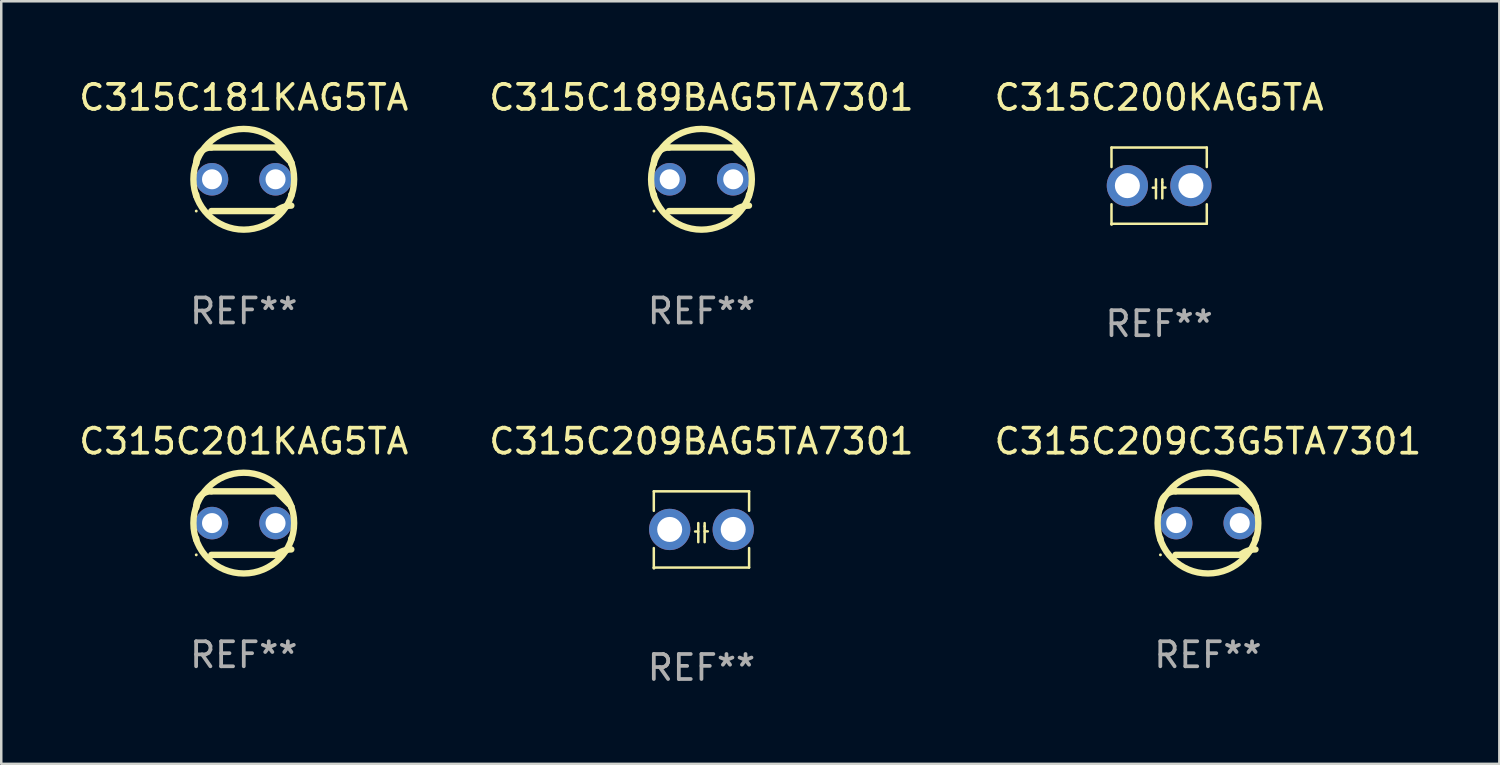
<source format=kicad_pcb>
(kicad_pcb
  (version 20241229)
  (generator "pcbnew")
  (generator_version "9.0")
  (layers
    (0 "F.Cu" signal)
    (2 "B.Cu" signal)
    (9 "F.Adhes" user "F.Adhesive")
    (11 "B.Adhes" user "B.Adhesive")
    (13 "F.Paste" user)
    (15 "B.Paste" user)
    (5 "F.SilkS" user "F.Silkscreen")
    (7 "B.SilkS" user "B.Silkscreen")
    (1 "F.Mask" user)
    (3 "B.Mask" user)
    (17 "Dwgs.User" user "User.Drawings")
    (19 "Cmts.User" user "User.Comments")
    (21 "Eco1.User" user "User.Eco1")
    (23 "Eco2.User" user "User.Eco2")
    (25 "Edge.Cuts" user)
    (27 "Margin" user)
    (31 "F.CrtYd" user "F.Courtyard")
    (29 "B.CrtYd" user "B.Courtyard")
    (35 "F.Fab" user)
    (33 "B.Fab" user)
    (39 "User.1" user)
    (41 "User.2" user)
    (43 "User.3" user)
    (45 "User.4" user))
  (footprint "C315C181KAG5TA"
    (layer "F.Cu")
    (at 6.696 4.118)
    (property "Reference" "C315C181KAG5TA" (at 0 -3.27 0) (layer "F.SilkS") (effects (font (size 1 1) (thickness 0.15))))
    (attr through_hole)
    (fp_line (start -1.9 -0.615) (end -1.9 -0.668) (stroke (width 0.254) (type solid)) (layer "F.SilkS"))
    (fp_line (start -1.9 0.668) (end -1.9 0.615) (stroke (width 0.254) (type solid)) (layer "F.SilkS"))
    (fp_line (start -1.298 1.27) (end 1.298 1.27) (stroke (width 0.254) (type solid)) (layer "F.SilkS"))
    (fp_line (start -1.298 -1.27) (end 1.298 -1.27) (stroke (width 0.254) (type solid)) (layer "F.SilkS"))
    (fp_line (start 1.9 -0.668) (end 1.9 -0.615) (stroke (width 0.254) (type solid)) (layer "F.SilkS"))
    (fp_line (start 1.9 0.615) (end 1.9 0.668) (stroke (width 0.254) (type solid)) (layer "F.SilkS"))
    (fp_arc (start -1.900025 0.667602) (mid 1.900003 -0.66758) (end -1.900025 0.667602) (stroke (width 0.254001) (type solid)) (layer "F.SilkS"))
    (fp_arc (start -1.9 -0.667602) (mid -1.723557 -1.093572) (end -1.297587 -1.270015) (stroke (width 0.254001) (type solid)) (layer "F.SilkS"))
    (fp_arc (start 1.297587 1.26999) (mid 1.579878 1.109027) (end 1.9 1.053172) (stroke (width 0.254001) (type solid)) (layer "F.SilkS"))
    (fp_arc (start 1.297611 -1.270042) (mid 1.598991 -0.969008) (end 1.900025 -0.667628) (stroke (width 0.254001) (type solid)) (layer "F.SilkS"))
    (fp_circle (center -1.9 1.27) (end -1.87 1.27) (stroke (width 0.06) (type solid)) (fill no) (layer "F.SilkS"))
    (fp_text user "REF**" (at 0 5.27 0) (layer "F.Fab") (effects (font (size 1 1) (thickness 0.15))))
    (pad "1" thru_hole circle (at -1.27 -0.000013) (size 1.3 1.3) (drill 0.8) (layers "*.Cu" "*.Mask"))
    (pad "2" thru_hole circle (at 1.27 -0.000013) (size 1.3 1.3) (drill 0.8) (layers "*.Cu" "*.Mask")))
  (footprint "C315C189BAG5TA7301"
    (layer "F.Cu")
    (at 24.994 4.118)
    (property "Reference" "C315C189BAG5TA7301" (at 0 -3.27 0) (layer "F.SilkS") (effects (font (size 1 1) (thickness 0.15))))
    (attr through_hole)
    (fp_line (start -1.9 -0.615) (end -1.9 -0.668) (stroke (width 0.254) (type solid)) (layer "F.SilkS"))
    (fp_line (start -1.9 0.668) (end -1.9 0.615) (stroke (width 0.254) (type solid)) (layer "F.SilkS"))
    (fp_line (start -1.298 1.27) (end 1.298 1.27) (stroke (width 0.254) (type solid)) (layer "F.SilkS"))
    (fp_line (start -1.298 -1.27) (end 1.298 -1.27) (stroke (width 0.254) (type solid)) (layer "F.SilkS"))
    (fp_line (start 1.9 -0.668) (end 1.9 -0.615) (stroke (width 0.254) (type solid)) (layer "F.SilkS"))
    (fp_line (start 1.9 0.615) (end 1.9 0.668) (stroke (width 0.254) (type solid)) (layer "F.SilkS"))
    (fp_arc (start -1.900025 0.667602) (mid 1.900003 -0.66758) (end -1.900025 0.667602) (stroke (width 0.254001) (type solid)) (layer "F.SilkS"))
    (fp_arc (start -1.9 -0.667602) (mid -1.723557 -1.093572) (end -1.297587 -1.270015) (stroke (width 0.254001) (type solid)) (layer "F.SilkS"))
    (fp_arc (start 1.297587 1.26999) (mid 1.579878 1.109027) (end 1.9 1.053172) (stroke (width 0.254001) (type solid)) (layer "F.SilkS"))
    (fp_arc (start 1.297611 -1.270042) (mid 1.598991 -0.969008) (end 1.900025 -0.667628) (stroke (width 0.254001) (type solid)) (layer "F.SilkS"))
    (fp_circle (center -1.9 1.27) (end -1.87 1.27) (stroke (width 0.06) (type solid)) (fill no) (layer "F.SilkS"))
    (fp_text user "REF**" (at 0 5.27 0) (layer "F.Fab") (effects (font (size 1 1) (thickness 0.15))))
    (pad "1" thru_hole circle (at -1.27 -0.000013) (size 1.3 1.3) (drill 0.8) (layers "*.Cu" "*.Mask"))
    (pad "2" thru_hole circle (at 1.27 -0.000013) (size 1.3 1.3) (drill 0.8) (layers "*.Cu" "*.Mask")))
  (footprint "C315C209C3G5TA7301"
    (layer "F.Cu")
    (at 45.244 17.863)
    (property "Reference" "C315C209C3G5TA7301" (at 0 -3.27 0) (layer "F.SilkS") (effects (font (size 1 1) (thickness 0.15))))
    (attr through_hole)
    (fp_line (start -1.9 -0.615) (end -1.9 -0.668) (stroke (width 0.254) (type solid)) (layer "F.SilkS"))
    (fp_line (start -1.9 0.668) (end -1.9 0.615) (stroke (width 0.254) (type solid)) (layer "F.SilkS"))
    (fp_line (start -1.298 1.27) (end 1.298 1.27) (stroke (width 0.254) (type solid)) (layer "F.SilkS"))
    (fp_line (start -1.298 -1.27) (end 1.298 -1.27) (stroke (width 0.254) (type solid)) (layer "F.SilkS"))
    (fp_line (start 1.9 -0.668) (end 1.9 -0.615) (stroke (width 0.254) (type solid)) (layer "F.SilkS"))
    (fp_line (start 1.9 0.615) (end 1.9 0.668) (stroke (width 0.254) (type solid)) (layer "F.SilkS"))
    (fp_arc (start -1.900025 0.667602) (mid 1.900003 -0.66758) (end -1.900025 0.667602) (stroke (width 0.254001) (type solid)) (layer "F.SilkS"))
    (fp_arc (start -1.9 -0.667602) (mid -1.723557 -1.093572) (end -1.297587 -1.270015) (stroke (width 0.254001) (type solid)) (layer "F.SilkS"))
    (fp_arc (start 1.297587 1.26999) (mid 1.579878 1.109027) (end 1.9 1.053172) (stroke (width 0.254001) (type solid)) (layer "F.SilkS"))
    (fp_arc (start 1.297611 -1.270042) (mid 1.598991 -0.969008) (end 1.900025 -0.667628) (stroke (width 0.254001) (type solid)) (layer "F.SilkS"))
    (fp_circle (center -1.9 1.27) (end -1.87 1.27) (stroke (width 0.06) (type solid)) (fill no) (layer "F.SilkS"))
    (fp_text user "REF**" (at 0 5.27 0) (layer "F.Fab") (effects (font (size 1 1) (thickness 0.15))))
    (pad "1" thru_hole circle (at -1.27 -0.000013) (size 1.3 1.3) (drill 0.8) (layers "*.Cu" "*.Mask"))
    (pad "2" thru_hole circle (at 1.27 -0.000013) (size 1.3 1.3) (drill 0.8) (layers "*.Cu" "*.Mask")))
  (footprint "C315C201KAG5TA"
    (layer "F.Cu")
    (at 6.696 17.863)
    (property "Reference" "C315C201KAG5TA" (at 0 -3.27 0) (layer "F.SilkS") (effects (font (size 1 1) (thickness 0.15))))
    (attr through_hole)
    (fp_line (start -1.9 -0.615) (end -1.9 -0.668) (stroke (width 0.254) (type solid)) (layer "F.SilkS"))
    (fp_line (start -1.9 0.668) (end -1.9 0.615) (stroke (width 0.254) (type solid)) (layer "F.SilkS"))
    (fp_line (start -1.298 1.27) (end 1.298 1.27) (stroke (width 0.254) (type solid)) (layer "F.SilkS"))
    (fp_line (start -1.298 -1.27) (end 1.298 -1.27) (stroke (width 0.254) (type solid)) (layer "F.SilkS"))
    (fp_line (start 1.9 -0.668) (end 1.9 -0.615) (stroke (width 0.254) (type solid)) (layer "F.SilkS"))
    (fp_line (start 1.9 0.615) (end 1.9 0.668) (stroke (width 0.254) (type solid)) (layer "F.SilkS"))
    (fp_arc (start -1.900025 0.667602) (mid 1.900003 -0.66758) (end -1.900025 0.667602) (stroke (width 0.254001) (type solid)) (layer "F.SilkS"))
    (fp_arc (start -1.9 -0.667602) (mid -1.723557 -1.093572) (end -1.297587 -1.270015) (stroke (width 0.254001) (type solid)) (layer "F.SilkS"))
    (fp_arc (start 1.297587 1.26999) (mid 1.579878 1.109027) (end 1.9 1.053172) (stroke (width 0.254001) (type solid)) (layer "F.SilkS"))
    (fp_arc (start 1.297611 -1.270042) (mid 1.598991 -0.969008) (end 1.900025 -0.667628) (stroke (width 0.254001) (type solid)) (layer "F.SilkS"))
    (fp_circle (center -1.9 1.27) (end -1.87 1.27) (stroke (width 0.06) (type solid)) (fill no) (layer "F.SilkS"))
    (fp_text user "REF**" (at 0 5.27 0) (layer "F.Fab") (effects (font (size 1 1) (thickness 0.15))))
    (pad "1" thru_hole circle (at -1.27 -0.000013) (size 1.3 1.3) (drill 0.8) (layers "*.Cu" "*.Mask"))
    (pad "2" thru_hole circle (at 1.27 -0.000013) (size 1.3 1.3) (drill 0.8) (layers "*.Cu" "*.Mask")))
  (footprint "C315C200KAG5TA"
    (layer "F.Cu")
    (at 43.292 4.372)
    (property "Reference" "C315C200KAG5TA" (at 0 -3.524 0) (layer "F.SilkS") (effects (font (size 1 1) (thickness 0.15))))
    (attr through_hole)
    (fp_line (start -1.905 -1.524) (end -1.905 -0.745) (stroke (width 0.1) (type solid)) (layer "F.SilkS"))
    (fp_line (start -1.905 0.745) (end -1.905 1.524) (stroke (width 0.1) (type solid)) (layer "F.SilkS"))
    (fp_line (start -1.905 1.524) (end 1.905 1.524) (stroke (width 0.1) (type solid)) (layer "F.SilkS"))
    (fp_line (start -0.127 -0.254) (end -0.127 0.508) (stroke (width 0.1) (type solid)) (layer "F.SilkS"))
    (fp_line (start -0.127 0.082) (end -0.254 0.082) (stroke (width 0.1) (type solid)) (layer "F.SilkS"))
    (fp_line (start 0.127 -0.127) (end 0.127 -0.254) (stroke (width 0.1) (type solid)) (layer "F.SilkS"))
    (fp_line (start 0.127 -0.127) (end 0.127 0.508) (stroke (width 0.1) (type solid)) (layer "F.SilkS"))
    (fp_line (start 0.127 0.077) (end 0.254 0.077) (stroke (width 0.1) (type solid)) (layer "F.SilkS"))
    (fp_line (start 1.905 -1.524) (end -1.905 -1.524) (stroke (width 0.1) (type solid)) (layer "F.SilkS"))
    (fp_line (start 1.905 -0.745) (end 1.905 -1.524) (stroke (width 0.1) (type solid)) (layer "F.SilkS"))
    (fp_line (start 1.905 1.524) (end 1.905 0.745) (stroke (width 0.1) (type solid)) (layer "F.SilkS"))
    (fp_circle (center -1.9 1.55) (end -1.87 1.55) (stroke (width 0.06) (type solid)) (fill no) (layer "F.SilkS"))
    (fp_text user "REF**" (at 0 5.524 0) (layer "F.Fab") (effects (font (size 1 1) (thickness 0.15))))
    (pad "1" thru_hole circle (at -1.27 0) (size 1.65 1.65) (drill 1) (layers "*.Cu" "*.Mask"))
    (pad "2" thru_hole circle (at 1.27 0) (size 1.65 1.65) (drill 1) (layers "*.Cu" "*.Mask")))
  (footprint "C315C209BAG5TA7301"
    (layer "F.Cu")
    (at 24.994 18.117)
    (property "Reference" "C315C209BAG5TA7301" (at 0 -3.524 0) (layer "F.SilkS") (effects (font (size 1 1) (thickness 0.15))))
    (attr through_hole)
    (fp_line (start -1.905 -1.524) (end -1.905 -0.745) (stroke (width 0.1) (type solid)) (layer "F.SilkS"))
    (fp_line (start -1.905 0.745) (end -1.905 1.524) (stroke (width 0.1) (type solid)) (layer "F.SilkS"))
    (fp_line (start -1.905 1.524) (end 1.905 1.524) (stroke (width 0.1) (type solid)) (layer "F.SilkS"))
    (fp_line (start -0.127 -0.254) (end -0.127 0.508) (stroke (width 0.1) (type solid)) (layer "F.SilkS"))
    (fp_line (start -0.127 0.082) (end -0.254 0.082) (stroke (width 0.1) (type solid)) (layer "F.SilkS"))
    (fp_line (start 0.127 -0.127) (end 0.127 -0.254) (stroke (width 0.1) (type solid)) (layer "F.SilkS"))
    (fp_line (start 0.127 -0.127) (end 0.127 0.508) (stroke (width 0.1) (type solid)) (layer "F.SilkS"))
    (fp_line (start 0.127 0.077) (end 0.254 0.077) (stroke (width 0.1) (type solid)) (layer "F.SilkS"))
    (fp_line (start 1.905 -1.524) (end -1.905 -1.524) (stroke (width 0.1) (type solid)) (layer "F.SilkS"))
    (fp_line (start 1.905 -0.745) (end 1.905 -1.524) (stroke (width 0.1) (type solid)) (layer "F.SilkS"))
    (fp_line (start 1.905 1.524) (end 1.905 0.745) (stroke (width 0.1) (type solid)) (layer "F.SilkS"))
    (fp_circle (center -1.9 1.55) (end -1.87 1.55) (stroke (width 0.06) (type solid)) (fill no) (layer "F.SilkS"))
    (fp_text user "REF**" (at 0 5.524 0) (layer "F.Fab") (effects (font (size 1 1) (thickness 0.15))))
    (pad "1" thru_hole circle (at -1.27 0) (size 1.65 1.65) (drill 1) (layers "*.Cu" "*.Mask"))
    (pad "2" thru_hole circle (at 1.27 0) (size 1.65 1.65) (drill 1) (layers "*.Cu" "*.Mask")))
  (gr_rect
    (start -3 -3)
    (end 56.893 27.489)
    (stroke (width 0.1) (type default))
    (fill no)
    (layer "Edge.Cuts")))
</source>
